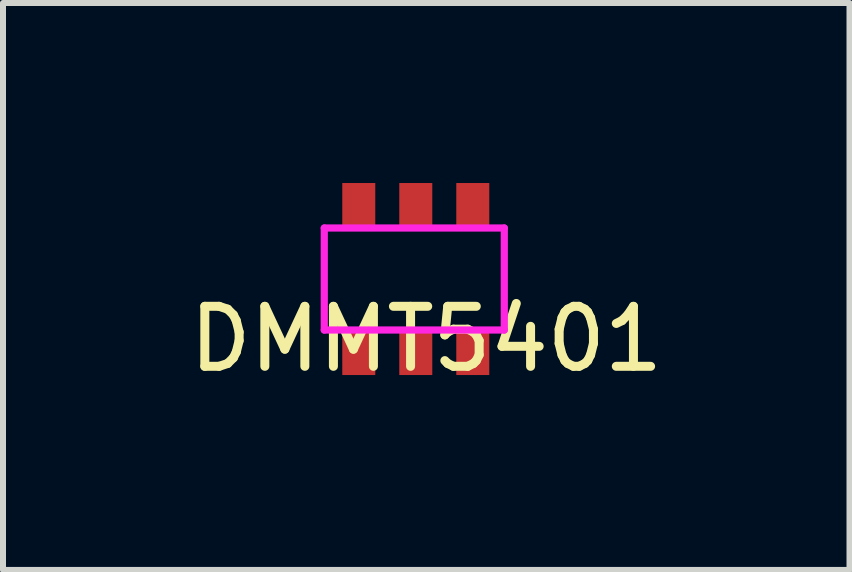
<source format=kicad_pcb>
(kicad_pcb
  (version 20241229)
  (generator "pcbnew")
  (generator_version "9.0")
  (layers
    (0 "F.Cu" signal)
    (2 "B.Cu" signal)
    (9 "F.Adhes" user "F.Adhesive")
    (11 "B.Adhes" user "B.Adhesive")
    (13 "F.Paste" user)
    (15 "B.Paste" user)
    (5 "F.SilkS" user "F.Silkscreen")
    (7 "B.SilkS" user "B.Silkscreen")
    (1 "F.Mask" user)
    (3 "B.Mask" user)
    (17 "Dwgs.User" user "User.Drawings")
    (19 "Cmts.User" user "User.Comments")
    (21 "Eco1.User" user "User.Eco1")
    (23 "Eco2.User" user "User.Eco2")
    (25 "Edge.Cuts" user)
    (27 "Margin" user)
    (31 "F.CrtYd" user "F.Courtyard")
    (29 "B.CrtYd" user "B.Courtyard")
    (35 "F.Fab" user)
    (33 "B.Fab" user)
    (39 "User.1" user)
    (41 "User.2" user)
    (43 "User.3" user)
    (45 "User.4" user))
  (footprint "DMMT5401"
    (layer "F.Cu")
    (at 4.054 1.35)
    (property "Reference" "DMMT5401" (at 0 1.25 0) (layer "F.SilkS") (effects (font (size 1 1) (thickness 0.15))))
    (attr through_hole)
    (fp_line (start -1.7 -0.6) (end 1.3 -0.6) (stroke (width 0.12) (type solid)) (layer "F.CrtYd"))
    (fp_line (start -1.7 1.1) (end -1.7 -0.6) (stroke (width 0.12) (type solid)) (layer "F.CrtYd"))
    (fp_line (start 1.3 -0.6) (end 1.3 1.1) (stroke (width 0.12) (type solid)) (layer "F.CrtYd"))
    (fp_line (start 1.3 1.1) (end -1.7 1.1) (stroke (width 0.12) (type solid)) (layer "F.CrtYd"))
    (pad "1" smd rect (at -1.15 1.45) (size 0.55 0.8) (drill (offset 0.025 0)) (layers "F.Cu" "F.Mask" "F.Paste"))
    (pad "2" smd rect (at -0.2 1.45) (size 0.55 0.8) (drill (offset 0.025 0)) (layers "F.Cu" "F.Mask" "F.Paste"))
    (pad "3" smd rect (at 0.75 1.45) (size 0.55 0.8) (drill (offset 0.025 0)) (layers "F.Cu" "F.Mask" "F.Paste"))
    (pad "4" smd rect (at 0.75 -0.95) (size 0.55 0.8) (drill (offset 0.025 0)) (layers "F.Cu" "F.Mask" "F.Paste"))
    (pad "5" smd rect (at -0.2 -0.95) (size 0.55 0.8) (drill (offset 0.025 0)) (layers "F.Cu" "F.Mask" "F.Paste"))
    (pad "6" smd rect (at -1.15 -0.95) (size 0.55 0.8) (drill (offset 0.025 0)) (layers "F.Cu" "F.Mask" "F.Paste")))
  (gr_rect
    (start -3 -3)
    (end 11.107 6.448)
    (stroke (width 0.1) (type default))
    (fill no)
    (layer "Edge.Cuts")))
</source>
